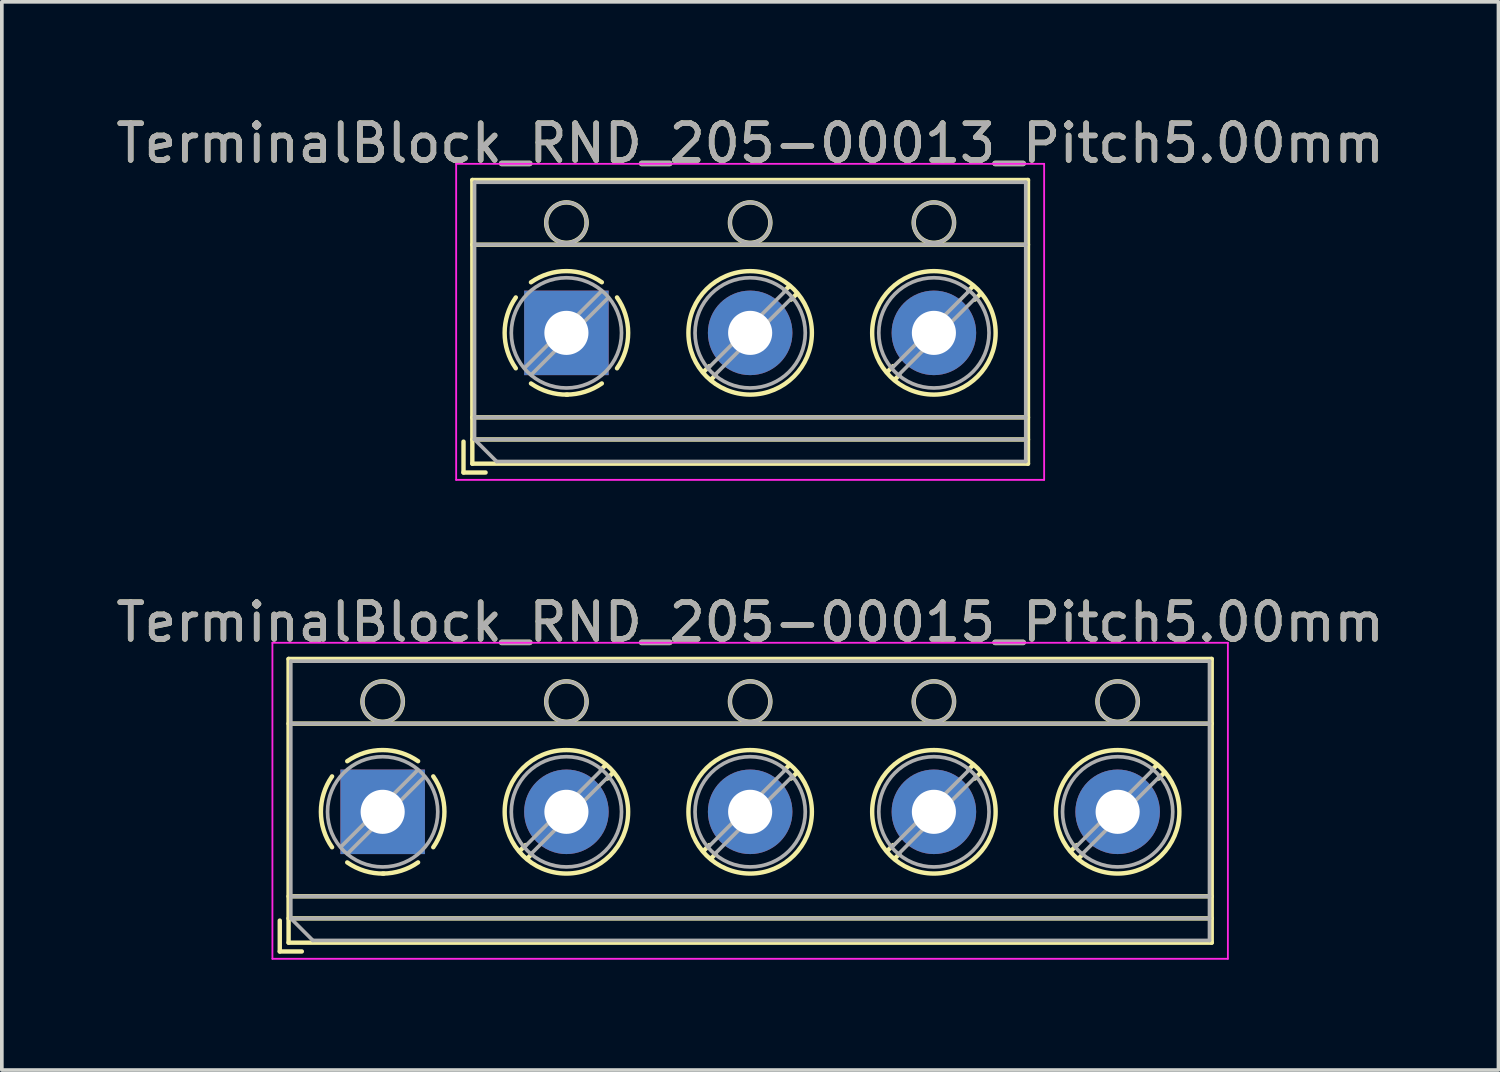
<source format=kicad_pcb>
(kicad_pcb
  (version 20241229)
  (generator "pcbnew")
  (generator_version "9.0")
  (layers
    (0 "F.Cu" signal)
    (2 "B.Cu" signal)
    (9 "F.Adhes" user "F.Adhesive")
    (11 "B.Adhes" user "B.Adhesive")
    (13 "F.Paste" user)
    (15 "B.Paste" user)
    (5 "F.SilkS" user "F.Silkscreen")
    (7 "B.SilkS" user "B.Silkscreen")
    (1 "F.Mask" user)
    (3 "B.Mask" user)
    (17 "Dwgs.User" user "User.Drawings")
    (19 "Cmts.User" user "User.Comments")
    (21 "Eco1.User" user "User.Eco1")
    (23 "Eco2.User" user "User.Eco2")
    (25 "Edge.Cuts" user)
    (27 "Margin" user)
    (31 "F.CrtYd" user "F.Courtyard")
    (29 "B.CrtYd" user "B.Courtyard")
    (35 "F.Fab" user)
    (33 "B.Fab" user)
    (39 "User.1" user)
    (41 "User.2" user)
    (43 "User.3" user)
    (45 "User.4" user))
  (footprint "TerminalBlock_RND_205-00013_Pitch5.00mm"
    (layer "F.Cu")
    (at 12.363 6.008)
    (property "Reference" "TerminalBlock_RND_205-00013_Pitch5.00mm" (at 5 -5.16 0) (layer "F.SilkS") (effects (font (size 1 1) (thickness 0.15))))
    (attr through_hole)
    (fp_line (start -2.8 2.96) (end -2.8 3.8) (stroke (width 0.12) (type solid)) (layer "F.SilkS"))
    (fp_line (start -2.8 3.8) (end -2.2 3.8) (stroke (width 0.12) (type solid)) (layer "F.SilkS"))
    (fp_line (start -2.56 -4.16) (end -2.56 3.56) (stroke (width 0.12) (type solid)) (layer "F.SilkS"))
    (fp_line (start -2.56 -2.4) (end 12.56 -2.4) (stroke (width 0.12) (type solid)) (layer "F.SilkS"))
    (fp_line (start -2.56 2.3) (end 12.56 2.3) (stroke (width 0.12) (type solid)) (layer "F.SilkS"))
    (fp_line (start -2.56 2.9) (end 12.56 2.9) (stroke (width 0.12) (type solid)) (layer "F.SilkS"))
    (fp_line (start -2.56 3.56) (end 12.56 3.56) (stroke (width 0.12) (type solid)) (layer "F.SilkS"))
    (fp_line (start 3.89 0.905) (end 3.726 1.069) (stroke (width 0.12) (type solid)) (layer "F.SilkS"))
    (fp_line (start 4.06 1.146) (end 3.931 1.274) (stroke (width 0.12) (type solid)) (layer "F.SilkS"))
    (fp_line (start 6.07 -1.275) (end 5.941 -1.146) (stroke (width 0.12) (type solid)) (layer "F.SilkS"))
    (fp_line (start 6.275 -1.069) (end 6.111 -0.905) (stroke (width 0.12) (type solid)) (layer "F.SilkS"))
    (fp_line (start 8.89 0.905) (end 8.726 1.069) (stroke (width 0.12) (type solid)) (layer "F.SilkS"))
    (fp_line (start 9.06 1.146) (end 8.931 1.274) (stroke (width 0.12) (type solid)) (layer "F.SilkS"))
    (fp_line (start 11.07 -1.275) (end 10.941 -1.146) (stroke (width 0.12) (type solid)) (layer "F.SilkS"))
    (fp_line (start 11.275 -1.069) (end 11.111 -0.905) (stroke (width 0.12) (type solid)) (layer "F.SilkS"))
    (fp_line (start 12.56 -4.16) (end -2.56 -4.16) (stroke (width 0.12) (type solid)) (layer "F.SilkS"))
    (fp_line (start 12.56 3.56) (end 12.56 -4.16) (stroke (width 0.12) (type solid)) (layer "F.SilkS"))
    (fp_arc (start -1.376825 0.964249) (mid -1.6809 0.000152) (end -1.377 -0.964) (stroke (width 0.12) (type solid)) (layer "F.SilkS"))
    (fp_arc (start -0.964249 -1.376825) (mid -0.000152 -1.6809) (end 0.964 -1.377) (stroke (width 0.12) (type solid)) (layer "F.SilkS"))
    (fp_arc (start 0.029488 1.680641) (mid -0.491302 1.607497) (end -0.964 1.377) (stroke (width 0.12) (type solid)) (layer "F.SilkS"))
    (fp_arc (start 0.963608 1.376175) (mid 0.505186 1.602244) (end 0 1.68) (stroke (width 0.12) (type solid)) (layer "F.SilkS"))
    (fp_arc (start 1.376825 -0.964249) (mid 1.6809 -0.000152) (end 1.377 0.964) (stroke (width 0.12) (type solid)) (layer "F.SilkS"))
    (fp_circle (center 0 -3) (end 0.55 -3) (stroke (width 0.12) (type solid)) (fill no) (layer "F.SilkS"))
    (fp_circle (center 5 -3) (end 5.55 -3) (stroke (width 0.12) (type solid)) (fill no) (layer "F.SilkS"))
    (fp_circle (center 5 0) (end 6.68 0) (stroke (width 0.12) (type solid)) (fill no) (layer "F.SilkS"))
    (fp_circle (center 10 -3) (end 10.55 -3) (stroke (width 0.12) (type solid)) (fill no) (layer "F.SilkS"))
    (fp_circle (center 10 0) (end 11.68 0) (stroke (width 0.12) (type solid)) (fill no) (layer "F.SilkS"))
    (fp_line (start -3 -4.6) (end -3 4) (stroke (width 0.05) (type solid)) (layer "F.CrtYd"))
    (fp_line (start -3 4) (end 13 4) (stroke (width 0.05) (type solid)) (layer "F.CrtYd"))
    (fp_line (start 13 -4.6) (end -3 -4.6) (stroke (width 0.05) (type solid)) (layer "F.CrtYd"))
    (fp_line (start 13 4) (end 13 -4.6) (stroke (width 0.05) (type solid)) (layer "F.CrtYd"))
    (fp_line (start -2.5 -4.1) (end 12.5 -4.1) (stroke (width 0.1) (type solid)) (layer "F.Fab"))
    (fp_line (start -2.5 -2.4) (end 12.5 -2.4) (stroke (width 0.1) (type solid)) (layer "F.Fab"))
    (fp_line (start -2.5 2.3) (end 12.5 2.3) (stroke (width 0.1) (type solid)) (layer "F.Fab"))
    (fp_line (start -2.5 2.9) (end -2.5 -4.1) (stroke (width 0.1) (type solid)) (layer "F.Fab"))
    (fp_line (start -2.5 2.9) (end 12.5 2.9) (stroke (width 0.1) (type solid)) (layer "F.Fab"))
    (fp_line (start -1.9 3.5) (end -2.5 2.9) (stroke (width 0.1) (type solid)) (layer "F.Fab"))
    (fp_line (start 0.955 -1.138) (end -1.138 0.955) (stroke (width 0.1) (type solid)) (layer "F.Fab"))
    (fp_line (start 1.138 -0.955) (end -0.955 1.138) (stroke (width 0.1) (type solid)) (layer "F.Fab"))
    (fp_line (start 5.955 -1.138) (end 3.863 0.955) (stroke (width 0.1) (type solid)) (layer "F.Fab"))
    (fp_line (start 6.138 -0.955) (end 4.046 1.138) (stroke (width 0.1) (type solid)) (layer "F.Fab"))
    (fp_line (start 10.955 -1.138) (end 8.863 0.955) (stroke (width 0.1) (type solid)) (layer "F.Fab"))
    (fp_line (start 11.138 -0.955) (end 9.046 1.138) (stroke (width 0.1) (type solid)) (layer "F.Fab"))
    (fp_line (start 12.5 -4.1) (end 12.5 3.5) (stroke (width 0.1) (type solid)) (layer "F.Fab"))
    (fp_line (start 12.5 3.5) (end -1.9 3.5) (stroke (width 0.1) (type solid)) (layer "F.Fab"))
    (fp_circle (center 0 -3) (end 0.55 -3) (stroke (width 0.1) (type solid)) (fill no) (layer "F.Fab"))
    (fp_circle (center 0 0) (end 1.5 0) (stroke (width 0.1) (type solid)) (fill no) (layer "F.Fab"))
    (fp_circle (center 5 -3) (end 5.55 -3) (stroke (width 0.1) (type solid)) (fill no) (layer "F.Fab"))
    (fp_circle (center 5 0) (end 6.5 0) (stroke (width 0.1) (type solid)) (fill no) (layer "F.Fab"))
    (fp_circle (center 10 -3) (end 10.55 -3) (stroke (width 0.1) (type solid)) (fill no) (layer "F.Fab"))
    (fp_circle (center 10 0) (end 11.5 0) (stroke (width 0.1) (type solid)) (fill no) (layer "F.Fab"))
    (fp_text user "${REFERENCE}" (at 5 -5.16 0) (layer "F.Fab") (effects (font (size 1 1) (thickness 0.15))))
    (pad "1" thru_hole rect (at 0 0) (size 2.3 2.3) (drill 1.2) (layers "*.Cu" "*.Mask"))
    (pad "2" thru_hole circle (at 5 0) (size 2.3 2.3) (drill 1.2) (layers "*.Cu" "*.Mask"))
    (pad "3" thru_hole circle (at 10 0) (size 2.3 2.3) (drill 1.2) (layers "*.Cu" "*.Mask")))
  (footprint "TerminalBlock_RND_205-00015_Pitch5.00mm"
    (layer "F.Cu")
    (at 7.363 19.041)
    (property "Reference" "TerminalBlock_RND_205-00015_Pitch5.00mm" (at 10 -5.16 0) (layer "F.SilkS") (effects (font (size 1 1) (thickness 0.15))))
    (attr through_hole)
    (fp_line (start -2.8 2.96) (end -2.8 3.8) (stroke (width 0.12) (type solid)) (layer "F.SilkS"))
    (fp_line (start -2.8 3.8) (end -2.2 3.8) (stroke (width 0.12) (type solid)) (layer "F.SilkS"))
    (fp_line (start -2.56 -4.16) (end -2.56 3.56) (stroke (width 0.12) (type solid)) (layer "F.SilkS"))
    (fp_line (start -2.56 -2.4) (end 22.56 -2.4) (stroke (width 0.12) (type solid)) (layer "F.SilkS"))
    (fp_line (start -2.56 2.3) (end 22.56 2.3) (stroke (width 0.12) (type solid)) (layer "F.SilkS"))
    (fp_line (start -2.56 2.9) (end 22.56 2.9) (stroke (width 0.12) (type solid)) (layer "F.SilkS"))
    (fp_line (start -2.56 3.56) (end 22.56 3.56) (stroke (width 0.12) (type solid)) (layer "F.SilkS"))
    (fp_line (start 3.89 0.905) (end 3.726 1.069) (stroke (width 0.12) (type solid)) (layer "F.SilkS"))
    (fp_line (start 4.06 1.146) (end 3.931 1.274) (stroke (width 0.12) (type solid)) (layer "F.SilkS"))
    (fp_line (start 6.07 -1.275) (end 5.941 -1.146) (stroke (width 0.12) (type solid)) (layer "F.SilkS"))
    (fp_line (start 6.275 -1.069) (end 6.111 -0.905) (stroke (width 0.12) (type solid)) (layer "F.SilkS"))
    (fp_line (start 8.89 0.905) (end 8.726 1.069) (stroke (width 0.12) (type solid)) (layer "F.SilkS"))
    (fp_line (start 9.06 1.146) (end 8.931 1.274) (stroke (width 0.12) (type solid)) (layer "F.SilkS"))
    (fp_line (start 11.07 -1.275) (end 10.941 -1.146) (stroke (width 0.12) (type solid)) (layer "F.SilkS"))
    (fp_line (start 11.275 -1.069) (end 11.111 -0.905) (stroke (width 0.12) (type solid)) (layer "F.SilkS"))
    (fp_line (start 13.89 0.905) (end 13.726 1.069) (stroke (width 0.12) (type solid)) (layer "F.SilkS"))
    (fp_line (start 14.06 1.146) (end 13.931 1.274) (stroke (width 0.12) (type solid)) (layer "F.SilkS"))
    (fp_line (start 16.07 -1.275) (end 15.941 -1.146) (stroke (width 0.12) (type solid)) (layer "F.SilkS"))
    (fp_line (start 16.275 -1.069) (end 16.111 -0.905) (stroke (width 0.12) (type solid)) (layer "F.SilkS"))
    (fp_line (start 18.89 0.905) (end 18.726 1.069) (stroke (width 0.12) (type solid)) (layer "F.SilkS"))
    (fp_line (start 19.06 1.146) (end 18.931 1.274) (stroke (width 0.12) (type solid)) (layer "F.SilkS"))
    (fp_line (start 21.07 -1.275) (end 20.941 -1.146) (stroke (width 0.12) (type solid)) (layer "F.SilkS"))
    (fp_line (start 21.275 -1.069) (end 21.111 -0.905) (stroke (width 0.12) (type solid)) (layer "F.SilkS"))
    (fp_line (start 22.56 -4.16) (end -2.56 -4.16) (stroke (width 0.12) (type solid)) (layer "F.SilkS"))
    (fp_line (start 22.56 3.56) (end 22.56 -4.16) (stroke (width 0.12) (type solid)) (layer "F.SilkS"))
    (fp_arc (start -1.376825 0.964249) (mid -1.6809 0.000152) (end -1.377 -0.964) (stroke (width 0.12) (type solid)) (layer "F.SilkS"))
    (fp_arc (start -0.964249 -1.376825) (mid -0.000152 -1.6809) (end 0.964 -1.377) (stroke (width 0.12) (type solid)) (layer "F.SilkS"))
    (fp_arc (start 0.029488 1.680641) (mid -0.491302 1.607497) (end -0.964 1.377) (stroke (width 0.12) (type solid)) (layer "F.SilkS"))
    (fp_arc (start 0.963608 1.376175) (mid 0.505186 1.602244) (end 0 1.68) (stroke (width 0.12) (type solid)) (layer "F.SilkS"))
    (fp_arc (start 1.376825 -0.964249) (mid 1.6809 -0.000152) (end 1.377 0.964) (stroke (width 0.12) (type solid)) (layer "F.SilkS"))
    (fp_circle (center 0 -3) (end 0.55 -3) (stroke (width 0.12) (type solid)) (fill no) (layer "F.SilkS"))
    (fp_circle (center 5 -3) (end 5.55 -3) (stroke (width 0.12) (type solid)) (fill no) (layer "F.SilkS"))
    (fp_circle (center 5 0) (end 6.68 0) (stroke (width 0.12) (type solid)) (fill no) (layer "F.SilkS"))
    (fp_circle (center 10 -3) (end 10.55 -3) (stroke (width 0.12) (type solid)) (fill no) (layer "F.SilkS"))
    (fp_circle (center 10 0) (end 11.68 0) (stroke (width 0.12) (type solid)) (fill no) (layer "F.SilkS"))
    (fp_circle (center 15 -3) (end 15.55 -3) (stroke (width 0.12) (type solid)) (fill no) (layer "F.SilkS"))
    (fp_circle (center 15 0) (end 16.68 0) (stroke (width 0.12) (type solid)) (fill no) (layer "F.SilkS"))
    (fp_circle (center 20 -3) (end 20.55 -3) (stroke (width 0.12) (type solid)) (fill no) (layer "F.SilkS"))
    (fp_circle (center 20 0) (end 21.68 0) (stroke (width 0.12) (type solid)) (fill no) (layer "F.SilkS"))
    (fp_line (start -3 -4.6) (end -3 4) (stroke (width 0.05) (type solid)) (layer "F.CrtYd"))
    (fp_line (start -3 4) (end 23 4) (stroke (width 0.05) (type solid)) (layer "F.CrtYd"))
    (fp_line (start 23 -4.6) (end -3 -4.6) (stroke (width 0.05) (type solid)) (layer "F.CrtYd"))
    (fp_line (start 23 4) (end 23 -4.6) (stroke (width 0.05) (type solid)) (layer "F.CrtYd"))
    (fp_line (start -2.5 -4.1) (end 22.5 -4.1) (stroke (width 0.1) (type solid)) (layer "F.Fab"))
    (fp_line (start -2.5 -2.4) (end 22.5 -2.4) (stroke (width 0.1) (type solid)) (layer "F.Fab"))
    (fp_line (start -2.5 2.3) (end 22.5 2.3) (stroke (width 0.1) (type solid)) (layer "F.Fab"))
    (fp_line (start -2.5 2.9) (end -2.5 -4.1) (stroke (width 0.1) (type solid)) (layer "F.Fab"))
    (fp_line (start -2.5 2.9) (end 22.5 2.9) (stroke (width 0.1) (type solid)) (layer "F.Fab"))
    (fp_line (start -1.9 3.5) (end -2.5 2.9) (stroke (width 0.1) (type solid)) (layer "F.Fab"))
    (fp_line (start 0.955 -1.138) (end -1.138 0.955) (stroke (width 0.1) (type solid)) (layer "F.Fab"))
    (fp_line (start 1.138 -0.955) (end -0.955 1.138) (stroke (width 0.1) (type solid)) (layer "F.Fab"))
    (fp_line (start 5.955 -1.138) (end 3.863 0.955) (stroke (width 0.1) (type solid)) (layer "F.Fab"))
    (fp_line (start 6.138 -0.955) (end 4.046 1.138) (stroke (width 0.1) (type solid)) (layer "F.Fab"))
    (fp_line (start 10.955 -1.138) (end 8.863 0.955) (stroke (width 0.1) (type solid)) (layer "F.Fab"))
    (fp_line (start 11.138 -0.955) (end 9.046 1.138) (stroke (width 0.1) (type solid)) (layer "F.Fab"))
    (fp_line (start 15.955 -1.138) (end 13.863 0.955) (stroke (width 0.1) (type solid)) (layer "F.Fab"))
    (fp_line (start 16.138 -0.955) (end 14.046 1.138) (stroke (width 0.1) (type solid)) (layer "F.Fab"))
    (fp_line (start 20.955 -1.138) (end 18.863 0.955) (stroke (width 0.1) (type solid)) (layer "F.Fab"))
    (fp_line (start 21.138 -0.955) (end 19.046 1.138) (stroke (width 0.1) (type solid)) (layer "F.Fab"))
    (fp_line (start 22.5 -4.1) (end 22.5 3.5) (stroke (width 0.1) (type solid)) (layer "F.Fab"))
    (fp_line (start 22.5 3.5) (end -1.9 3.5) (stroke (width 0.1) (type solid)) (layer "F.Fab"))
    (fp_circle (center 0 -3) (end 0.55 -3) (stroke (width 0.1) (type solid)) (fill no) (layer "F.Fab"))
    (fp_circle (center 0 0) (end 1.5 0) (stroke (width 0.1) (type solid)) (fill no) (layer "F.Fab"))
    (fp_circle (center 5 -3) (end 5.55 -3) (stroke (width 0.1) (type solid)) (fill no) (layer "F.Fab"))
    (fp_circle (center 5 0) (end 6.5 0) (stroke (width 0.1) (type solid)) (fill no) (layer "F.Fab"))
    (fp_circle (center 10 -3) (end 10.55 -3) (stroke (width 0.1) (type solid)) (fill no) (layer "F.Fab"))
    (fp_circle (center 10 0) (end 11.5 0) (stroke (width 0.1) (type solid)) (fill no) (layer "F.Fab"))
    (fp_circle (center 15 -3) (end 15.55 -3) (stroke (width 0.1) (type solid)) (fill no) (layer "F.Fab"))
    (fp_circle (center 15 0) (end 16.5 0) (stroke (width 0.1) (type solid)) (fill no) (layer "F.Fab"))
    (fp_circle (center 20 -3) (end 20.55 -3) (stroke (width 0.1) (type solid)) (fill no) (layer "F.Fab"))
    (fp_circle (center 20 0) (end 21.5 0) (stroke (width 0.1) (type solid)) (fill no) (layer "F.Fab"))
    (fp_text user "${REFERENCE}" (at 10 -5.16 0) (layer "F.Fab") (effects (font (size 1 1) (thickness 0.15))))
    (pad "1" thru_hole rect (at 0 0) (size 2.3 2.3) (drill 1.2) (layers "*.Cu" "*.Mask"))
    (pad "2" thru_hole circle (at 5 0) (size 2.3 2.3) (drill 1.2) (layers "*.Cu" "*.Mask"))
    (pad "3" thru_hole circle (at 10 0) (size 2.3 2.3) (drill 1.2) (layers "*.Cu" "*.Mask"))
    (pad "4" thru_hole circle (at 15 0) (size 2.3 2.3) (drill 1.2) (layers "*.Cu" "*.Mask"))
    (pad "5" thru_hole circle (at 20 0) (size 2.3 2.3) (drill 1.2) (layers "*.Cu" "*.Mask")))
  (gr_rect
    (start -3 -3)
    (end 37.726 26.067)
    (stroke (width 0.1) (type default))
    (fill no)
    (layer "Edge.Cuts")))
</source>
